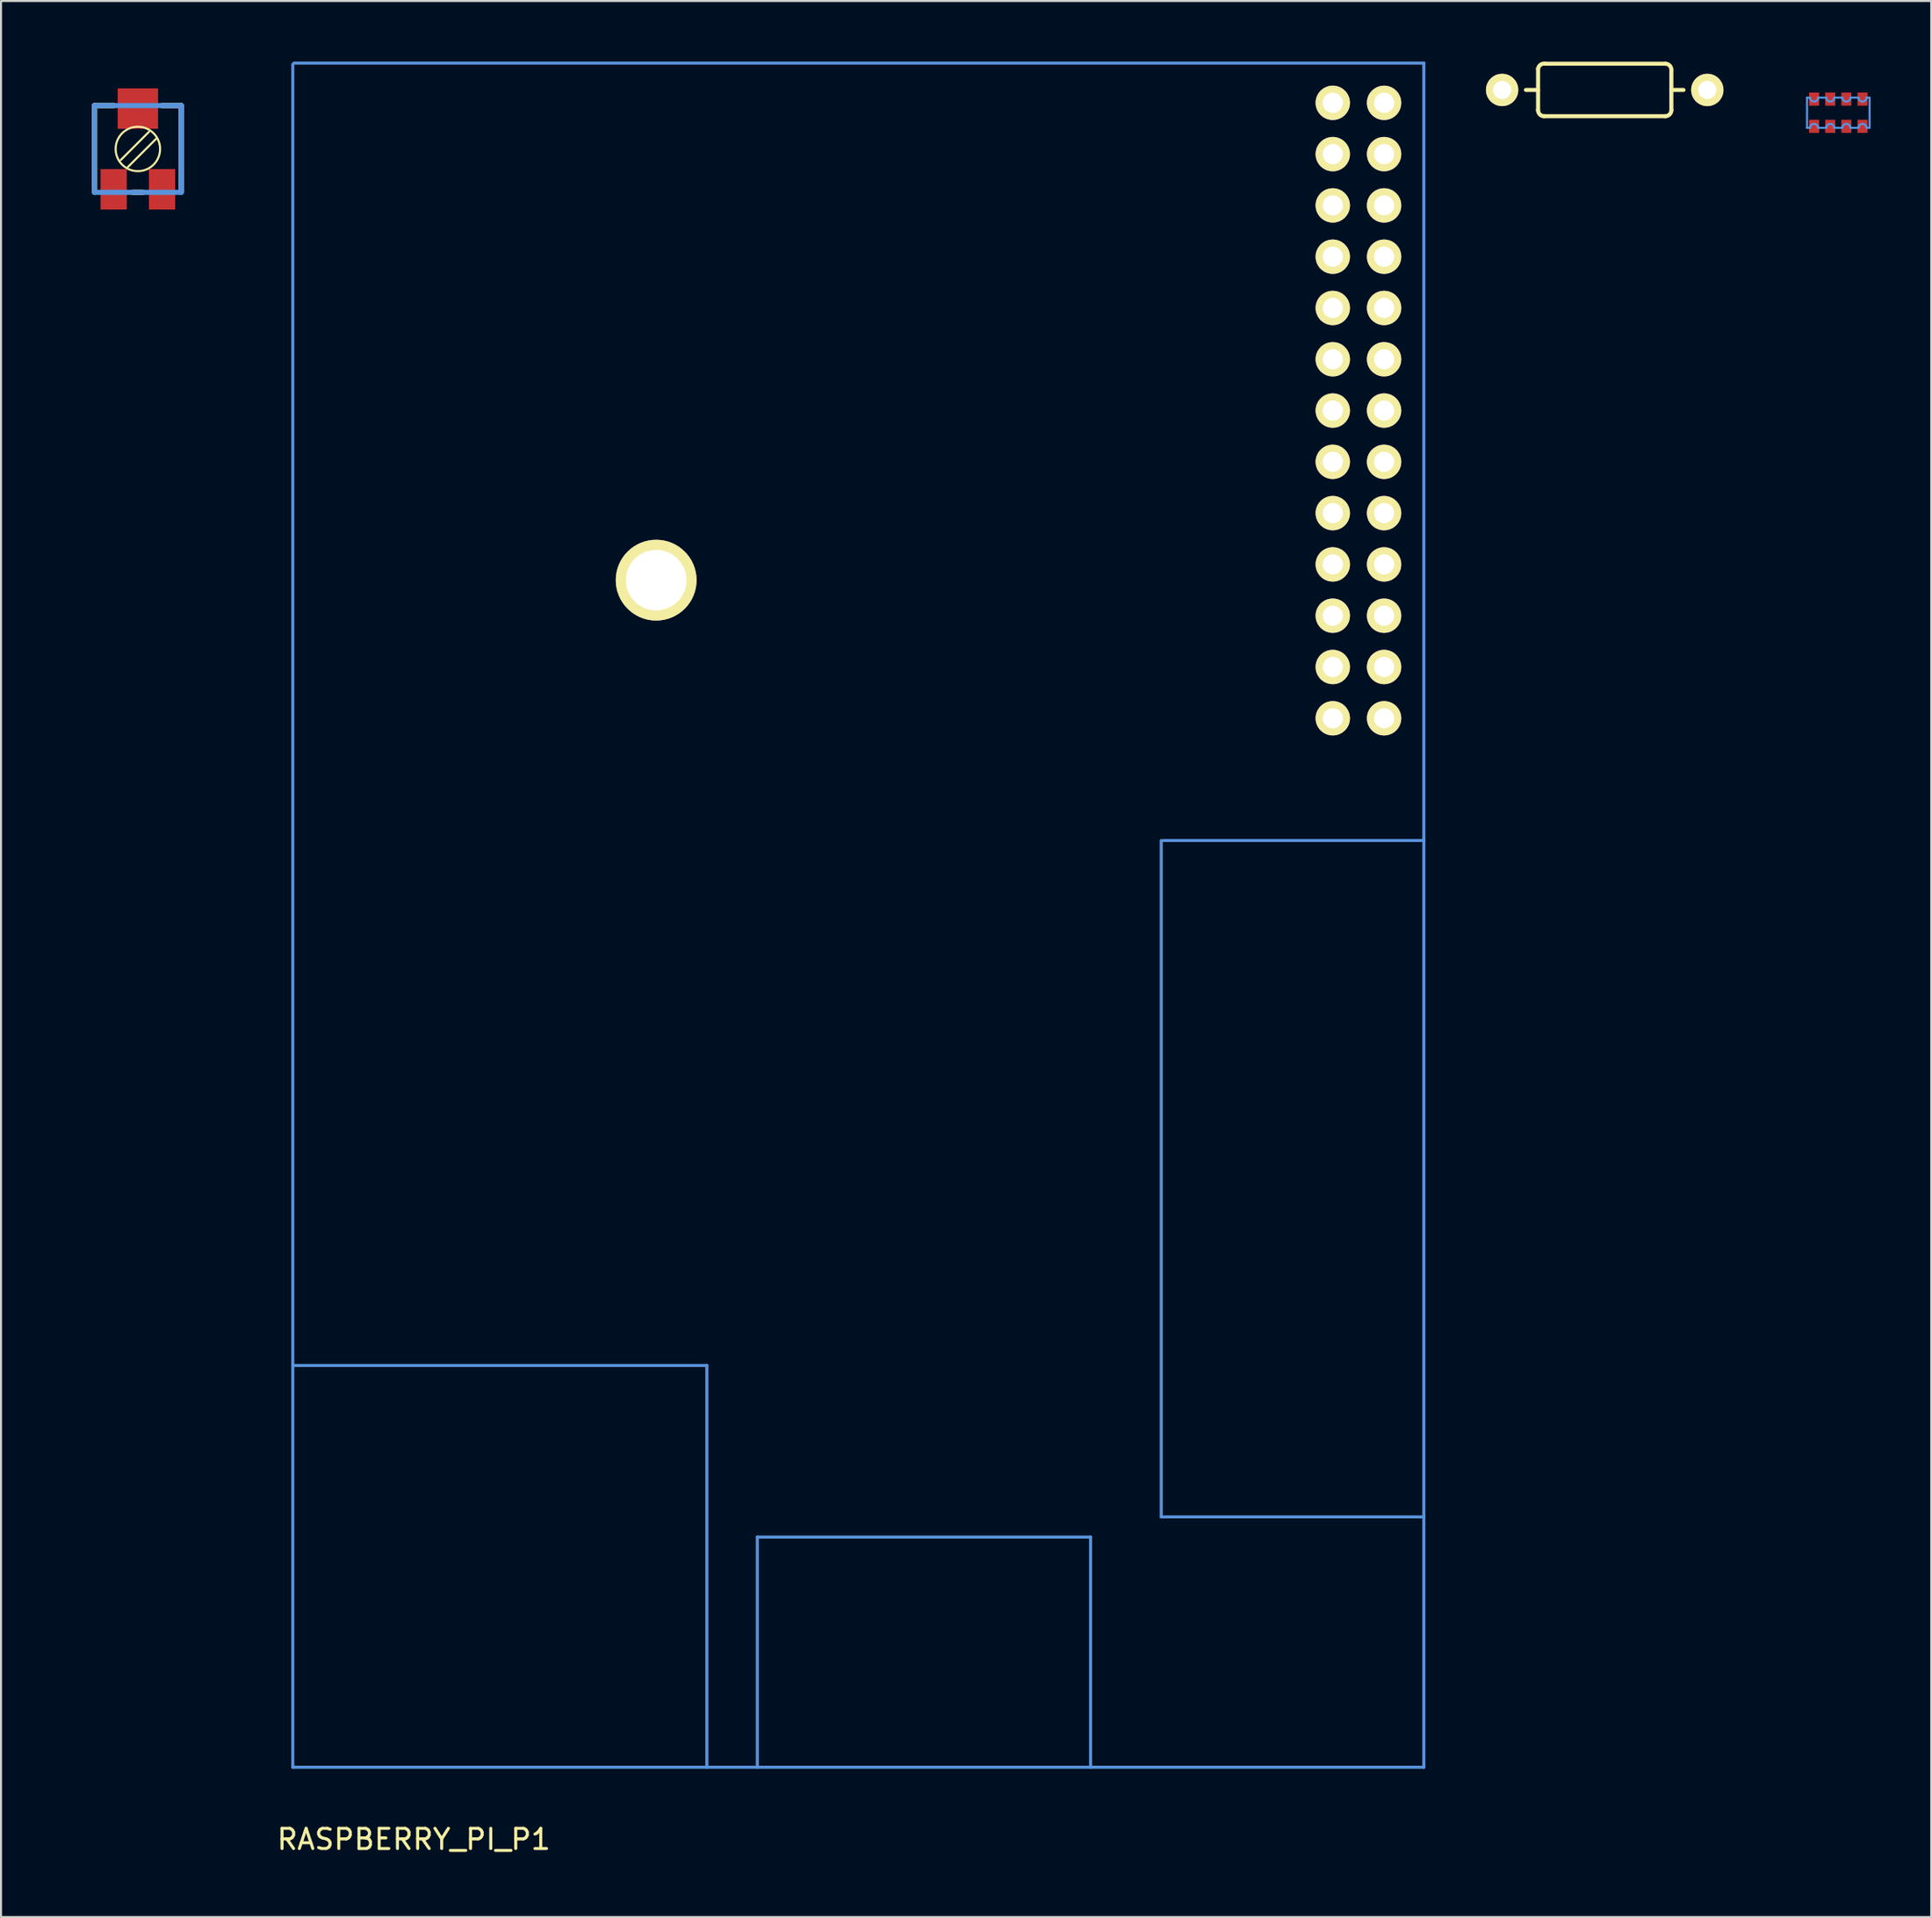
<source format=kicad_pcb>
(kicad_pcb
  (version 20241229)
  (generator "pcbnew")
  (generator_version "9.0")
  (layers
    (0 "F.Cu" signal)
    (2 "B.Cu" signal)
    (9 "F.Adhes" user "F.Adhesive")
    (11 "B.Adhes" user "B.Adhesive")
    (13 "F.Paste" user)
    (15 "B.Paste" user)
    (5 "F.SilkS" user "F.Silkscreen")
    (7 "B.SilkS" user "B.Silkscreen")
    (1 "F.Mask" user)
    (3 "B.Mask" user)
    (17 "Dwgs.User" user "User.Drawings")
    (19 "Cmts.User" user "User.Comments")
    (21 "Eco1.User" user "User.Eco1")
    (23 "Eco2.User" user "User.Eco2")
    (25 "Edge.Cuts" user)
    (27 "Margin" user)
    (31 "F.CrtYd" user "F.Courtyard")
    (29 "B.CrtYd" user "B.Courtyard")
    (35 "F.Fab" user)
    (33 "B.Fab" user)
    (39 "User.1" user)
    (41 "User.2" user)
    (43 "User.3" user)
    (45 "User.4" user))
  (footprint "RES_AXIAL_400MIL"
    (layer "F.Cu")
    (at 76.402 1.405)
    (property "Reference" "RES_AXIAL_400MIL" (at 0 -0.6 0) (layer "Eco1.User") (effects (font (size 0.6 0.6) (thickness 0.1))))
    (attr through_hole)
    (fp_line (start -3.299 -1.049) (end -3.299 1.001) (stroke (width 0.201) (type solid)) (layer "F.SilkS"))
    (fp_line (start -3.299 0) (end -3.899 0) (stroke (width 0.201) (type solid)) (layer "F.SilkS"))
    (fp_line (start -2.949 -1.3) (end 3 -1.3) (stroke (width 0.201) (type solid)) (layer "F.SilkS"))
    (fp_line (start 3 1.3) (end -3 1.3) (stroke (width 0.201) (type solid)) (layer "F.SilkS"))
    (fp_line (start 3.299 0) (end 3.899 0) (stroke (width 0.201) (type solid)) (layer "F.SilkS"))
    (fp_line (start 3.299 1.001) (end 3.299 -0.95) (stroke (width 0.201) (type solid)) (layer "F.SilkS"))
    (fp_arc (start -3.29946 -1.04902) (mid -3.177549 -1.246819) (end -2.95148 -1.30048) (stroke (width 0.20066) (type solid)) (layer "F.SilkS"))
    (fp_arc (start -2.99974 1.30048) (mid -3.211674 1.212694) (end -3.29946 1.00076) (stroke (width 0.20066) (type solid)) (layer "F.SilkS"))
    (fp_arc (start 2.99974 -1.30048) (mid 3.211674 -1.212694) (end 3.29946 -1.00076) (stroke (width 0.20066) (type solid)) (layer "F.SilkS"))
    (fp_arc (start 3.29946 1.00076) (mid 3.211674 1.212694) (end 2.99974 1.30048) (stroke (width 0.20066) (type solid)) (layer "F.SilkS"))
    (pad "1" thru_hole circle (at -5.08 0) (size 1.6 1.6) (drill 0.899) (layers "*.Cu" "*.Mask" "F.SilkS"))
    (pad "2" thru_hole circle (at 5.08 0) (size 1.6 1.6) (drill 0.899) (layers "*.Cu" "*.Mask" "F.SilkS")))
  (footprint "RES_CAT16"
    (layer "F.Cu")
    (at 87.968 2.533)
    (property "Reference" "RES_CAT16" (at -2.159 0 90) (layer "Eco1.User") (effects (font (size 0.6 0.6) (thickness 0.1))))
    (attr through_hole)
    (fp_line (start -1.549 -0.749) (end -1.4 -0.749) (stroke (width 0.102) (type solid)) (layer "Cmts.User"))
    (fp_line (start -1.549 0.749) (end -1.549 -0.749) (stroke (width 0.102) (type solid)) (layer "Cmts.User"))
    (fp_line (start -1.4 0.749) (end -1.549 0.749) (stroke (width 0.102) (type solid)) (layer "Cmts.User"))
    (fp_line (start -0.998 -0.749) (end -0.599 -0.749) (stroke (width 0.102) (type solid)) (layer "Cmts.User"))
    (fp_line (start -0.599 0.749) (end -0.998 0.749) (stroke (width 0.102) (type solid)) (layer "Cmts.User"))
    (fp_line (start -0.198 -0.749) (end 0.198 -0.749) (stroke (width 0.102) (type solid)) (layer "Cmts.User"))
    (fp_line (start 0.198 0.749) (end -0.198 0.749) (stroke (width 0.102) (type solid)) (layer "Cmts.User"))
    (fp_line (start 0.599 -0.749) (end 0.998 -0.749) (stroke (width 0.102) (type solid)) (layer "Cmts.User"))
    (fp_line (start 0.998 0.749) (end 0.599 0.749) (stroke (width 0.102) (type solid)) (layer "Cmts.User"))
    (fp_line (start 1.4 -0.749) (end 1.549 -0.749) (stroke (width 0.102) (type solid)) (layer "Cmts.User"))
    (fp_line (start 1.549 -0.749) (end 1.549 0.749) (stroke (width 0.102) (type solid)) (layer "Cmts.User"))
    (fp_line (start 1.549 0.749) (end 1.4 0.749) (stroke (width 0.102) (type solid)) (layer "Cmts.User"))
    (fp_arc (start -1.39954 0.7493) (mid -1.19888 0.54864) (end -0.99822 0.7493) (stroke (width 0.1016) (type solid)) (layer "Cmts.User"))
    (fp_arc (start -0.99822 -0.7493) (mid -1.19888 -0.54864) (end -1.39954 -0.7493) (stroke (width 0.1016) (type solid)) (layer "Cmts.User"))
    (fp_arc (start -0.59944 0.7493) (mid -0.39878 0.54864) (end -0.19812 0.7493) (stroke (width 0.1016) (type solid)) (layer "Cmts.User"))
    (fp_arc (start -0.19812 -0.7493) (mid -0.39878 -0.54864) (end -0.59944 -0.7493) (stroke (width 0.1016) (type solid)) (layer "Cmts.User"))
    (fp_arc (start 0.19812 0.7493) (mid 0.39878 0.54864) (end 0.59944 0.7493) (stroke (width 0.1016) (type solid)) (layer "Cmts.User"))
    (fp_arc (start 0.59944 -0.7493) (mid 0.39878 -0.54864) (end 0.19812 -0.7493) (stroke (width 0.1016) (type solid)) (layer "Cmts.User"))
    (fp_arc (start 0.99822 0.7493) (mid 1.19888 0.54864) (end 1.39954 0.7493) (stroke (width 0.1016) (type solid)) (layer "Cmts.User"))
    (fp_arc (start 1.39954 -0.7493) (mid 1.19888 -0.54864) (end 0.99822 -0.7493) (stroke (width 0.1016) (type solid)) (layer "Cmts.User"))
    (pad "1" smd rect (at -1.199 0.673) (size 0.498 0.648) (layers "F.Cu" "F.Mask" "F.Paste"))
    (pad "2" smd rect (at -0.399 0.673) (size 0.498 0.648) (layers "F.Cu" "F.Mask" "F.Paste"))
    (pad "3" smd rect (at 0.399 0.673) (size 0.498 0.648) (layers "F.Cu" "F.Mask" "F.Paste"))
    (pad "4" smd rect (at 1.199 0.673) (size 0.498 0.648) (layers "F.Cu" "F.Mask" "F.Paste"))
    (pad "5" smd rect (at 1.199 -0.673) (size 0.498 0.648) (layers "F.Cu" "F.Mask" "F.Paste"))
    (pad "6" smd rect (at 0.399 -0.673) (size 0.498 0.648) (layers "F.Cu" "F.Mask" "F.Paste"))
    (pad "7" smd rect (at -0.399 -0.673) (size 0.498 0.648) (layers "F.Cu" "F.Mask" "F.Paste"))
    (pad "8" smd rect (at -1.199 -0.673) (size 0.498 0.648) (layers "F.Cu" "F.Mask" "F.Paste")))
  (footprint "RASPBERRY_PI_P1"
    (layer "F.Cu")
    (at 62.938 2.043)
    (property "Reference" "RASPBERRY_PI_P1" (at -45.5 86 0) (layer "F.SilkS") (effects (font (size 1 1) (thickness 0.15))))
    (attr through_hole)
    (fp_line (start -51.492 82.431) (end -51.492 -1.905) (stroke (width 0.15) (type solid)) (layer "Cmts.User"))
    (fp_line (start -51.492 82.431) (end 4.508 82.431) (stroke (width 0.15) (type solid)) (layer "Cmts.User"))
    (fp_line (start -51.435 -1.968) (end 4.508 -1.968) (stroke (width 0.15) (type solid)) (layer "Cmts.User"))
    (fp_line (start -30.991 62.532) (end -51.492 62.532) (stroke (width 0.15) (type solid)) (layer "Cmts.User"))
    (fp_line (start -30.991 82.431) (end -30.991 62.532) (stroke (width 0.15) (type solid)) (layer "Cmts.User"))
    (fp_line (start -28.491 82.431) (end -28.491 71.031) (stroke (width 0.15) (type solid)) (layer "Cmts.User"))
    (fp_line (start -11.992 71.031) (end -28.491 71.031) (stroke (width 0.15) (type solid)) (layer "Cmts.User"))
    (fp_line (start -11.992 82.431) (end -11.992 71.031) (stroke (width 0.15) (type solid)) (layer "Cmts.User"))
    (fp_line (start -8.492 36.532) (end -8.492 70.031) (stroke (width 0.15) (type solid)) (layer "Cmts.User"))
    (fp_line (start 4.508 -1.968) (end 4.508 82.431) (stroke (width 0.15) (type solid)) (layer "Cmts.User"))
    (fp_line (start 4.508 36.532) (end -8.382 36.532) (stroke (width 0.15) (type solid)) (layer "Cmts.User"))
    (fp_line (start 4.508 70.031) (end -8.492 70.031) (stroke (width 0.15) (type solid)) (layer "Cmts.User"))
    (pad "" thru_hole circle (at -33.5 23.64) (size 4 4) (drill 3) (layers "*.Cu" "*.Mask" "F.SilkS"))
    (pad "1" thru_hole circle (at 0 0) (size 1.7 1.7) (drill 1) (layers "*.Cu" "*.Mask" "F.SilkS"))
    (pad "2" thru_hole circle (at 2.54 0) (size 1.7 1.7) (drill 1) (layers "*.Cu" "*.Mask" "F.SilkS"))
    (pad "3" thru_hole circle (at 0 2.54) (size 1.7 1.7) (drill 1) (layers "*.Cu" "*.Mask" "F.SilkS"))
    (pad "4" thru_hole circle (at 2.54 2.54) (size 1.7 1.7) (drill 1) (layers "*.Cu" "*.Mask" "F.SilkS"))
    (pad "5" thru_hole circle (at 0 5.08) (size 1.7 1.7) (drill 1) (layers "*.Cu" "*.Mask" "F.SilkS"))
    (pad "6" thru_hole circle (at 2.54 5.08) (size 1.7 1.7) (drill 1) (layers "*.Cu" "*.Mask" "F.SilkS"))
    (pad "7" thru_hole circle (at 0 7.62) (size 1.7 1.7) (drill 1) (layers "*.Cu" "*.Mask" "F.SilkS"))
    (pad "8" thru_hole circle (at 2.54 7.62) (size 1.7 1.7) (drill 1) (layers "*.Cu" "*.Mask" "F.SilkS"))
    (pad "9" thru_hole circle (at 0 10.16) (size 1.7 1.7) (drill 1) (layers "*.Cu" "*.Mask" "F.SilkS"))
    (pad "10" thru_hole circle (at 2.54 10.16) (size 1.7 1.7) (drill 1) (layers "*.Cu" "*.Mask" "F.SilkS"))
    (pad "11" thru_hole circle (at 0 12.7) (size 1.7 1.7) (drill 1) (layers "*.Cu" "*.Mask" "F.SilkS"))
    (pad "12" thru_hole circle (at 2.54 12.7) (size 1.7 1.7) (drill 1) (layers "*.Cu" "*.Mask" "F.SilkS"))
    (pad "13" thru_hole circle (at 0 15.24) (size 1.7 1.7) (drill 1) (layers "*.Cu" "*.Mask" "F.SilkS"))
    (pad "14" thru_hole circle (at 2.54 15.24) (size 1.7 1.7) (drill 1) (layers "*.Cu" "*.Mask" "F.SilkS"))
    (pad "15" thru_hole circle (at 0 17.78) (size 1.7 1.7) (drill 1) (layers "*.Cu" "*.Mask" "F.SilkS"))
    (pad "16" thru_hole circle (at 2.54 17.78) (size 1.7 1.7) (drill 1) (layers "*.Cu" "*.Mask" "F.SilkS"))
    (pad "17" thru_hole circle (at 0 20.32) (size 1.7 1.7) (drill 1) (layers "*.Cu" "*.Mask" "F.SilkS"))
    (pad "18" thru_hole circle (at 2.54 20.32) (size 1.7 1.7) (drill 1) (layers "*.Cu" "*.Mask" "F.SilkS"))
    (pad "19" thru_hole circle (at 0 22.86) (size 1.7 1.7) (drill 1) (layers "*.Cu" "*.Mask" "F.SilkS"))
    (pad "20" thru_hole circle (at 2.54 22.86) (size 1.7 1.7) (drill 1) (layers "*.Cu" "*.Mask" "F.SilkS"))
    (pad "21" thru_hole circle (at 0 25.4) (size 1.7 1.7) (drill 1) (layers "*.Cu" "*.Mask" "F.SilkS"))
    (pad "22" thru_hole circle (at 2.54 25.4) (size 1.7 1.7) (drill 1) (layers "*.Cu" "*.Mask" "F.SilkS"))
    (pad "23" thru_hole circle (at 0 27.94) (size 1.7 1.7) (drill 1) (layers "*.Cu" "*.Mask" "F.SilkS"))
    (pad "24" thru_hole circle (at 2.54 27.94) (size 1.7 1.7) (drill 1) (layers "*.Cu" "*.Mask" "F.SilkS"))
    (pad "25" thru_hole circle (at 0 30.48) (size 1.7 1.7) (drill 1) (layers "*.Cu" "*.Mask" "F.SilkS"))
    (pad "26" thru_hole circle (at 2.54 30.48) (size 1.7 1.7) (drill 1) (layers "*.Cu" "*.Mask" "F.SilkS")))
  (footprint "POT_TRIM_3314J"
    (layer "F.Cu")
    (at 3.776 4.327)
    (property "Reference" "POT_TRIM_3314J" (at 0 -3.8 0) (layer "Eco1.User") (effects (font (size 0.6 0.6) (thickness 0.1))))
    (attr through_hole)
    (fp_line (start -2.149 -2.149) (end -2.149 2.098) (stroke (width 0.254) (type solid)) (layer "F.SilkS"))
    (fp_line (start -1.199 -2.149) (end -2.149 -2.149) (stroke (width 0.254) (type solid)) (layer "F.SilkS"))
    (fp_line (start -0.848 0.549) (end 0.549 -0.848) (stroke (width 0.102) (type solid)) (layer "F.SilkS"))
    (fp_line (start -0.498 0.899) (end 0.899 -0.498) (stroke (width 0.102) (type solid)) (layer "F.SilkS"))
    (fp_line (start 0.249 2.149) (end -0.249 2.149) (stroke (width 0.254) (type solid)) (layer "F.SilkS"))
    (fp_line (start 2.149 -2.149) (end 1.199 -2.149) (stroke (width 0.254) (type solid)) (layer "F.SilkS"))
    (fp_line (start 2.149 2.098) (end 2.149 -2.149) (stroke (width 0.254) (type solid)) (layer "F.SilkS"))
    (fp_circle (center 0 0) (end 1.1 0) (stroke (width 0.102) (type solid)) (fill no) (layer "F.SilkS"))
    (fp_line (start -2.149 -2.149) (end 2.149 -2.149) (stroke (width 0.254) (type solid)) (layer "Cmts.User"))
    (fp_line (start -2.149 2.149) (end -2.149 -2.149) (stroke (width 0.254) (type solid)) (layer "Cmts.User"))
    (fp_line (start 2.149 -2.149) (end 2.149 2.149) (stroke (width 0.254) (type solid)) (layer "Cmts.User"))
    (fp_line (start 2.149 2.149) (end -2.149 2.149) (stroke (width 0.254) (type solid)) (layer "Cmts.User"))
    (pad "1" smd rect (at -1.199 1.999) (size 1.298 1.999) (layers "F.Cu" "F.Mask" "F.Paste"))
    (pad "2" smd rect (at 1.199 1.999) (size 1.298 1.999) (layers "F.Cu" "F.Mask" "F.Paste"))
    (pad "W" smd rect (at 0 -1.999) (size 1.999 1.999) (layers "F.Cu" "F.Mask" "F.Paste")))
  (gr_rect
    (start -3 -3)
    (end 92.568 91.892)
    (stroke (width 0.1) (type default))
    (fill no)
    (layer "Edge.Cuts")))
</source>
